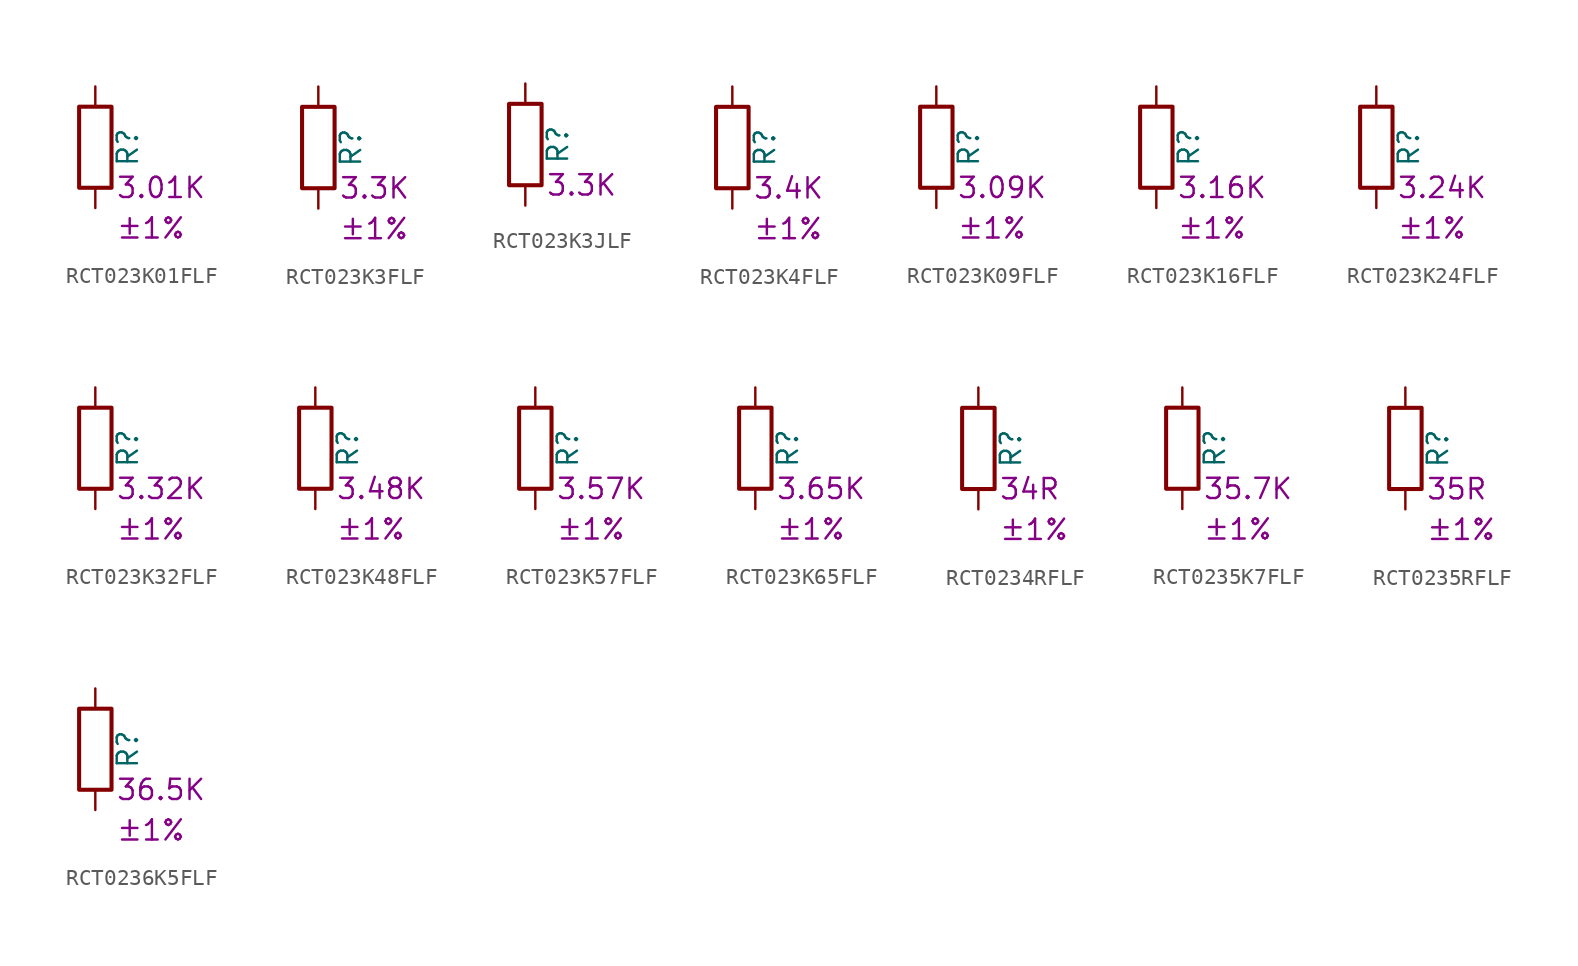
<source format=kicad_sym>
(kicad_symbol_lib
  (version 20220914)
  (generator kicad_symbol_editor)
  (symbol "RCT023K01FLF"
    (pin_numbers hide)
    (pin_names
      (offset 0))
    (property "Reference" "R"
      (at 2.032 0 90)
      (effects (font (size 1.27 1.27))))
    (property "Resistance" "3.01K"
      (at 1.27 -2.54 0)
      (effects (font (size 1.27 1.27)) (justify left)))
    (property "Tolerance" "±1%"
      (at 1.27 -5.08 0)
      (effects (font (size 1.27 1.27)) (justify left)))
    (symbol "RCT023K01FLF_0_1"
      (rectangle (start -1.016 -2.54) (end 1.016 2.54) (stroke (width 0.254) (type default)) (fill (type none))))
    (symbol "RCT023K01FLF_1_1"
      (pin passive line (at 0 3.81 270) (length 1.27) (name "~" (effects (font (size 1.27 1.27)))) (number "1" (effects (font (size 1.27 1.27)))))
      (pin passive line (at 0 -3.81 90) (length 1.27) (name "~" (effects (font (size 1.27 1.27)))) (number "2" (effects (font (size 1.27 1.27)))))))
  (symbol "RCT023K3FLF"
    (pin_numbers hide)
    (pin_names
      (offset 0))
    (property "Reference" "R"
      (at 2.032 0 90)
      (effects (font (size 1.27 1.27))))
    (property "Resistance" "3.3K"
      (at 1.27 -2.54 0)
      (effects (font (size 1.27 1.27)) (justify left)))
    (property "Tolerance" "±1%"
      (at 1.27 -5.08 0)
      (effects (font (size 1.27 1.27)) (justify left)))
    (symbol "RCT023K3FLF_0_1"
      (rectangle (start -1.016 -2.54) (end 1.016 2.54) (stroke (width 0.254) (type default)) (fill (type none))))
    (symbol "RCT023K3FLF_1_1"
      (pin passive line (at 0 3.81 270) (length 1.27) (name "~" (effects (font (size 1.27 1.27)))) (number "1" (effects (font (size 1.27 1.27)))))
      (pin passive line (at 0 -3.81 90) (length 1.27) (name "~" (effects (font (size 1.27 1.27)))) (number "2" (effects (font (size 1.27 1.27)))))))
  (symbol "RCT023K3JLF"
    (pin_numbers hide)
    (pin_names
      (offset 0))
    (property "Reference" "R"
      (at 2.032 0 90)
      (effects (font (size 1.27 1.27))))
    (property "Resistance" "3.3K"
      (at 1.27 -2.54 0)
      (effects (font (size 1.27 1.27)) (justify left)))
    (symbol "RCT023K3JLF_0_1"
      (rectangle (start -1.016 -2.54) (end 1.016 2.54) (stroke (width 0.254) (type default)) (fill (type none))))
    (symbol "RCT023K3JLF_1_1"
      (pin passive line (at 0 3.81 270) (length 1.27) (name "~" (effects (font (size 1.27 1.27)))) (number "1" (effects (font (size 1.27 1.27)))))
      (pin passive line (at 0 -3.81 90) (length 1.27) (name "~" (effects (font (size 1.27 1.27)))) (number "2" (effects (font (size 1.27 1.27)))))))
  (symbol "RCT023K4FLF"
    (pin_numbers hide)
    (pin_names
      (offset 0))
    (property "Reference" "R"
      (at 2.032 0 90)
      (effects (font (size 1.27 1.27))))
    (property "Resistance" "3.4K"
      (at 1.27 -2.54 0)
      (effects (font (size 1.27 1.27)) (justify left)))
    (property "Tolerance" "±1%"
      (at 1.27 -5.08 0)
      (effects (font (size 1.27 1.27)) (justify left)))
    (symbol "RCT023K4FLF_0_1"
      (rectangle (start -1.016 -2.54) (end 1.016 2.54) (stroke (width 0.254) (type default)) (fill (type none))))
    (symbol "RCT023K4FLF_1_1"
      (pin passive line (at 0 3.81 270) (length 1.27) (name "~" (effects (font (size 1.27 1.27)))) (number "1" (effects (font (size 1.27 1.27)))))
      (pin passive line (at 0 -3.81 90) (length 1.27) (name "~" (effects (font (size 1.27 1.27)))) (number "2" (effects (font (size 1.27 1.27)))))))
  (symbol "RCT023K09FLF"
    (pin_numbers hide)
    (pin_names
      (offset 0))
    (property "Reference" "R"
      (at 2.032 0 90)
      (effects (font (size 1.27 1.27))))
    (property "Resistance" "3.09K"
      (at 1.27 -2.54 0)
      (effects (font (size 1.27 1.27)) (justify left)))
    (property "Tolerance" "±1%"
      (at 1.27 -5.08 0)
      (effects (font (size 1.27 1.27)) (justify left)))
    (symbol "RCT023K09FLF_0_1"
      (rectangle (start -1.016 -2.54) (end 1.016 2.54) (stroke (width 0.254) (type default)) (fill (type none))))
    (symbol "RCT023K09FLF_1_1"
      (pin passive line (at 0 3.81 270) (length 1.27) (name "~" (effects (font (size 1.27 1.27)))) (number "1" (effects (font (size 1.27 1.27)))))
      (pin passive line (at 0 -3.81 90) (length 1.27) (name "~" (effects (font (size 1.27 1.27)))) (number "2" (effects (font (size 1.27 1.27)))))))
  (symbol "RCT023K16FLF"
    (pin_numbers hide)
    (pin_names
      (offset 0))
    (property "Reference" "R"
      (at 2.032 0 90)
      (effects (font (size 1.27 1.27))))
    (property "Resistance" "3.16K"
      (at 1.27 -2.54 0)
      (effects (font (size 1.27 1.27)) (justify left)))
    (property "Tolerance" "±1%"
      (at 1.27 -5.08 0)
      (effects (font (size 1.27 1.27)) (justify left)))
    (symbol "RCT023K16FLF_0_1"
      (rectangle (start -1.016 -2.54) (end 1.016 2.54) (stroke (width 0.254) (type default)) (fill (type none))))
    (symbol "RCT023K16FLF_1_1"
      (pin passive line (at 0 3.81 270) (length 1.27) (name "~" (effects (font (size 1.27 1.27)))) (number "1" (effects (font (size 1.27 1.27)))))
      (pin passive line (at 0 -3.81 90) (length 1.27) (name "~" (effects (font (size 1.27 1.27)))) (number "2" (effects (font (size 1.27 1.27)))))))
  (symbol "RCT023K24FLF"
    (pin_numbers hide)
    (pin_names
      (offset 0))
    (property "Reference" "R"
      (at 2.032 0 90)
      (effects (font (size 1.27 1.27))))
    (property "Resistance" "3.24K"
      (at 1.27 -2.54 0)
      (effects (font (size 1.27 1.27)) (justify left)))
    (property "Tolerance" "±1%"
      (at 1.27 -5.08 0)
      (effects (font (size 1.27 1.27)) (justify left)))
    (symbol "RCT023K24FLF_0_1"
      (rectangle (start -1.016 -2.54) (end 1.016 2.54) (stroke (width 0.254) (type default)) (fill (type none))))
    (symbol "RCT023K24FLF_1_1"
      (pin passive line (at 0 3.81 270) (length 1.27) (name "~" (effects (font (size 1.27 1.27)))) (number "1" (effects (font (size 1.27 1.27)))))
      (pin passive line (at 0 -3.81 90) (length 1.27) (name "~" (effects (font (size 1.27 1.27)))) (number "2" (effects (font (size 1.27 1.27)))))))
  (symbol "RCT023K32FLF"
    (pin_numbers hide)
    (pin_names
      (offset 0))
    (property "Reference" "R"
      (at 2.032 0 90)
      (effects (font (size 1.27 1.27))))
    (property "Resistance" "3.32K"
      (at 1.27 -2.54 0)
      (effects (font (size 1.27 1.27)) (justify left)))
    (property "Tolerance" "±1%"
      (at 1.27 -5.08 0)
      (effects (font (size 1.27 1.27)) (justify left)))
    (symbol "RCT023K32FLF_0_1"
      (rectangle (start -1.016 -2.54) (end 1.016 2.54) (stroke (width 0.254) (type default)) (fill (type none))))
    (symbol "RCT023K32FLF_1_1"
      (pin passive line (at 0 3.81 270) (length 1.27) (name "~" (effects (font (size 1.27 1.27)))) (number "1" (effects (font (size 1.27 1.27)))))
      (pin passive line (at 0 -3.81 90) (length 1.27) (name "~" (effects (font (size 1.27 1.27)))) (number "2" (effects (font (size 1.27 1.27)))))))
  (symbol "RCT023K48FLF"
    (pin_numbers hide)
    (pin_names
      (offset 0))
    (property "Reference" "R"
      (at 2.032 0 90)
      (effects (font (size 1.27 1.27))))
    (property "Resistance" "3.48K"
      (at 1.27 -2.54 0)
      (effects (font (size 1.27 1.27)) (justify left)))
    (property "Tolerance" "±1%"
      (at 1.27 -5.08 0)
      (effects (font (size 1.27 1.27)) (justify left)))
    (symbol "RCT023K48FLF_0_1"
      (rectangle (start -1.016 -2.54) (end 1.016 2.54) (stroke (width 0.254) (type default)) (fill (type none))))
    (symbol "RCT023K48FLF_1_1"
      (pin passive line (at 0 3.81 270) (length 1.27) (name "~" (effects (font (size 1.27 1.27)))) (number "1" (effects (font (size 1.27 1.27)))))
      (pin passive line (at 0 -3.81 90) (length 1.27) (name "~" (effects (font (size 1.27 1.27)))) (number "2" (effects (font (size 1.27 1.27)))))))
  (symbol "RCT023K57FLF"
    (pin_numbers hide)
    (pin_names
      (offset 0))
    (property "Reference" "R"
      (at 2.032 0 90)
      (effects (font (size 1.27 1.27))))
    (property "Resistance" "3.57K"
      (at 1.27 -2.54 0)
      (effects (font (size 1.27 1.27)) (justify left)))
    (property "Tolerance" "±1%"
      (at 1.27 -5.08 0)
      (effects (font (size 1.27 1.27)) (justify left)))
    (symbol "RCT023K57FLF_0_1"
      (rectangle (start -1.016 -2.54) (end 1.016 2.54) (stroke (width 0.254) (type default)) (fill (type none))))
    (symbol "RCT023K57FLF_1_1"
      (pin passive line (at 0 3.81 270) (length 1.27) (name "~" (effects (font (size 1.27 1.27)))) (number "1" (effects (font (size 1.27 1.27)))))
      (pin passive line (at 0 -3.81 90) (length 1.27) (name "~" (effects (font (size 1.27 1.27)))) (number "2" (effects (font (size 1.27 1.27)))))))
  (symbol "RCT023K65FLF"
    (pin_numbers hide)
    (pin_names
      (offset 0))
    (property "Reference" "R"
      (at 2.032 0 90)
      (effects (font (size 1.27 1.27))))
    (property "Resistance" "3.65K"
      (at 1.27 -2.54 0)
      (effects (font (size 1.27 1.27)) (justify left)))
    (property "Tolerance" "±1%"
      (at 1.27 -5.08 0)
      (effects (font (size 1.27 1.27)) (justify left)))
    (symbol "RCT023K65FLF_0_1"
      (rectangle (start -1.016 -2.54) (end 1.016 2.54) (stroke (width 0.254) (type default)) (fill (type none))))
    (symbol "RCT023K65FLF_1_1"
      (pin passive line (at 0 3.81 270) (length 1.27) (name "~" (effects (font (size 1.27 1.27)))) (number "1" (effects (font (size 1.27 1.27)))))
      (pin passive line (at 0 -3.81 90) (length 1.27) (name "~" (effects (font (size 1.27 1.27)))) (number "2" (effects (font (size 1.27 1.27)))))))
  (symbol "RCT0234RFLF"
    (pin_numbers hide)
    (pin_names
      (offset 0))
    (property "Reference" "R"
      (at 2.032 0 90)
      (effects (font (size 1.27 1.27))))
    (property "Resistance" "34R"
      (at 1.27 -2.54 0)
      (effects (font (size 1.27 1.27)) (justify left)))
    (property "Tolerance" "±1%"
      (at 1.27 -5.08 0)
      (effects (font (size 1.27 1.27)) (justify left)))
    (symbol "RCT0234RFLF_0_1"
      (rectangle (start -1.016 -2.54) (end 1.016 2.54) (stroke (width 0.254) (type default)) (fill (type none))))
    (symbol "RCT0234RFLF_1_1"
      (pin passive line (at 0 3.81 270) (length 1.27) (name "~" (effects (font (size 1.27 1.27)))) (number "1" (effects (font (size 1.27 1.27)))))
      (pin passive line (at 0 -3.81 90) (length 1.27) (name "~" (effects (font (size 1.27 1.27)))) (number "2" (effects (font (size 1.27 1.27)))))))
  (symbol "RCT0235K7FLF"
    (pin_numbers hide)
    (pin_names
      (offset 0))
    (property "Reference" "R"
      (at 2.032 0 90)
      (effects (font (size 1.27 1.27))))
    (property "Resistance" "35.7K"
      (at 1.27 -2.54 0)
      (effects (font (size 1.27 1.27)) (justify left)))
    (property "Tolerance" "±1%"
      (at 1.27 -5.08 0)
      (effects (font (size 1.27 1.27)) (justify left)))
    (symbol "RCT0235K7FLF_0_1"
      (rectangle (start -1.016 -2.54) (end 1.016 2.54) (stroke (width 0.254) (type default)) (fill (type none))))
    (symbol "RCT0235K7FLF_1_1"
      (pin passive line (at 0 3.81 270) (length 1.27) (name "~" (effects (font (size 1.27 1.27)))) (number "1" (effects (font (size 1.27 1.27)))))
      (pin passive line (at 0 -3.81 90) (length 1.27) (name "~" (effects (font (size 1.27 1.27)))) (number "2" (effects (font (size 1.27 1.27)))))))
  (symbol "RCT0235RFLF"
    (pin_numbers hide)
    (pin_names
      (offset 0))
    (property "Reference" "R"
      (at 2.032 0 90)
      (effects (font (size 1.27 1.27))))
    (property "Resistance" "35R"
      (at 1.27 -2.54 0)
      (effects (font (size 1.27 1.27)) (justify left)))
    (property "Tolerance" "±1%"
      (at 1.27 -5.08 0)
      (effects (font (size 1.27 1.27)) (justify left)))
    (symbol "RCT0235RFLF_0_1"
      (rectangle (start -1.016 -2.54) (end 1.016 2.54) (stroke (width 0.254) (type default)) (fill (type none))))
    (symbol "RCT0235RFLF_1_1"
      (pin passive line (at 0 3.81 270) (length 1.27) (name "~" (effects (font (size 1.27 1.27)))) (number "1" (effects (font (size 1.27 1.27)))))
      (pin passive line (at 0 -3.81 90) (length 1.27) (name "~" (effects (font (size 1.27 1.27)))) (number "2" (effects (font (size 1.27 1.27)))))))
  (symbol "RCT0236K5FLF"
    (pin_numbers hide)
    (pin_names
      (offset 0))
    (property "Reference" "R"
      (at 2.032 0 90)
      (effects (font (size 1.27 1.27))))
    (property "Resistance" "36.5K"
      (at 1.27 -2.54 0)
      (effects (font (size 1.27 1.27)) (justify left)))
    (property "Tolerance" "±1%"
      (at 1.27 -5.08 0)
      (effects (font (size 1.27 1.27)) (justify left)))
    (symbol "RCT0236K5FLF_0_1"
      (rectangle (start -1.016 -2.54) (end 1.016 2.54) (stroke (width 0.254) (type default)) (fill (type none))))
    (symbol "RCT0236K5FLF_1_1"
      (pin passive line (at 0 3.81 270) (length 1.27) (name "~" (effects (font (size 1.27 1.27)))) (number "1" (effects (font (size 1.27 1.27)))))
      (pin passive line (at 0 -3.81 90) (length 1.27) (name "~" (effects (font (size 1.27 1.27)))) (number "2" (effects (font (size 1.27 1.27))))))))
</source>
